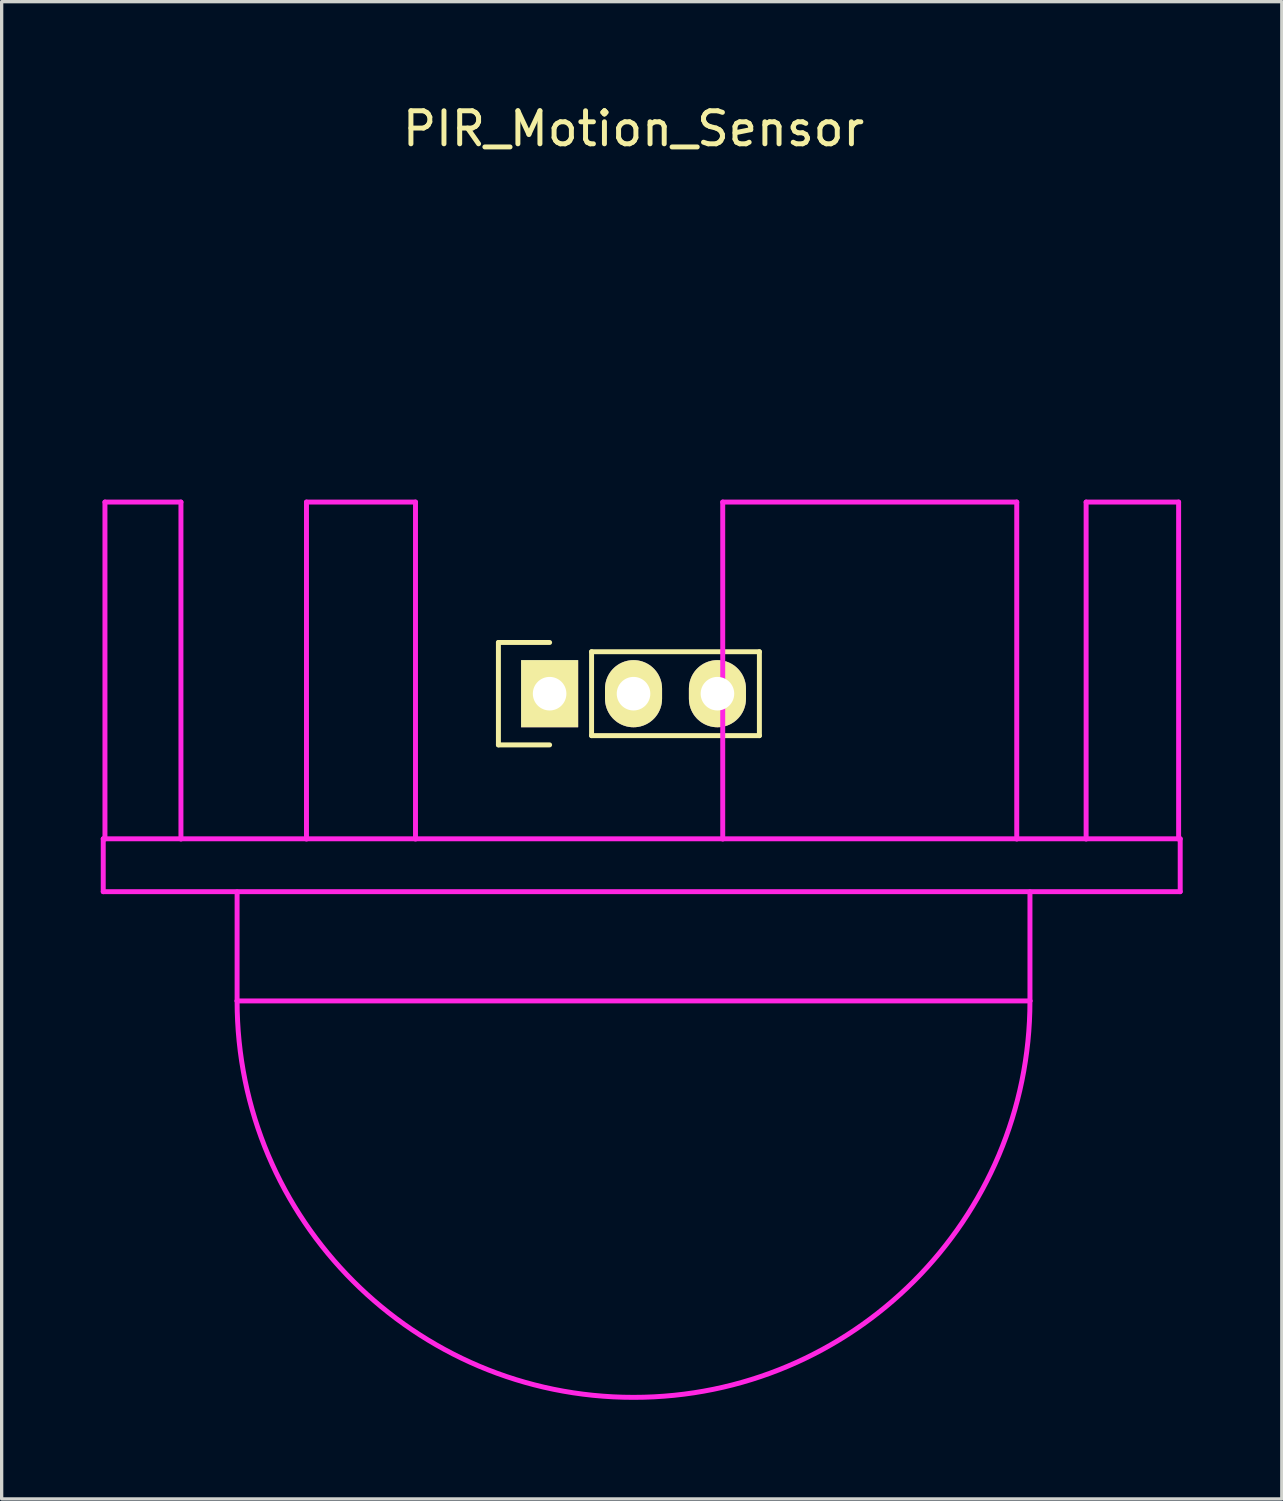
<source format=kicad_pcb>
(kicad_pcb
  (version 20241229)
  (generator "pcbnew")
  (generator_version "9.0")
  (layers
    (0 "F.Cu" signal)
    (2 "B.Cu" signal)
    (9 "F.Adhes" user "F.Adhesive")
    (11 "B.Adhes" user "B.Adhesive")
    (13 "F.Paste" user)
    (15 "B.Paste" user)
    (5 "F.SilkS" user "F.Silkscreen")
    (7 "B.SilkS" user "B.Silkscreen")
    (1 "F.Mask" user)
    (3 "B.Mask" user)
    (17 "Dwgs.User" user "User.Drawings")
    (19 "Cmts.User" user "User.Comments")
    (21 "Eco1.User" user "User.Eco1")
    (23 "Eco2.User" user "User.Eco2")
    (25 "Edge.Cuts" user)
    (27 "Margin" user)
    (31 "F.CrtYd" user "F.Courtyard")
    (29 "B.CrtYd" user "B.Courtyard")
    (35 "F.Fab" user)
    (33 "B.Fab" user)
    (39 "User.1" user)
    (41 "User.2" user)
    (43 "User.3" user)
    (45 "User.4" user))
  (footprint "PIR_Motion_Sensor"
    (layer "F.Cu")
    (at 16.127 17.948)
    (property "Reference" "PIR_Motion_Sensor" (at 0 -17.1 0) (layer "F.SilkS") (effects (font (size 1 1) (thickness 0.15))))
    (attr through_hole)
    (fp_line (start -4.09 -1.55) (end -2.54 -1.55) (stroke (width 0.15) (type solid)) (layer "F.SilkS"))
    (fp_line (start -4.09 1.55) (end -4.09 -1.55) (stroke (width 0.15) (type solid)) (layer "F.SilkS"))
    (fp_line (start -2.54 1.55) (end -4.09 1.55) (stroke (width 0.15) (type solid)) (layer "F.SilkS"))
    (fp_line (start -1.27 -1.27) (end -1.27 1.27) (stroke (width 0.15) (type solid)) (layer "F.SilkS"))
    (fp_line (start -1.27 1.27) (end 3.81 1.27) (stroke (width 0.15) (type solid)) (layer "F.SilkS"))
    (fp_line (start 3.81 -1.27) (end -1.27 -1.27) (stroke (width 0.15) (type solid)) (layer "F.SilkS"))
    (fp_line (start 3.81 1.27) (end 3.81 -1.27) (stroke (width 0.15) (type solid)) (layer "F.SilkS"))
    (fp_line (start -16.052 4.393) (end 16.548 4.393) (stroke (width 0.15) (type solid)) (layer "F.CrtYd"))
    (fp_line (start -16.052 5.993) (end -16.052 4.393) (stroke (width 0.15) (type solid)) (layer "F.CrtYd"))
    (fp_line (start -16 -5.8) (end -13.7 -5.8) (stroke (width 0.15) (type solid)) (layer "F.CrtYd"))
    (fp_line (start -16 4.4) (end -16 -5.8) (stroke (width 0.15) (type solid)) (layer "F.CrtYd"))
    (fp_line (start -13.7 -5.8) (end -13.7 4.4) (stroke (width 0.15) (type solid)) (layer "F.CrtYd"))
    (fp_line (start -12 6) (end -12 9.3) (stroke (width 0.15) (type solid)) (layer "F.CrtYd"))
    (fp_line (start -12 9.3) (end 12 9.3) (stroke (width 0.15) (type solid)) (layer "F.CrtYd"))
    (fp_line (start -9.9 -5.8) (end -6.6 -5.8) (stroke (width 0.15) (type solid)) (layer "F.CrtYd"))
    (fp_line (start -9.9 4.4) (end -9.9 -5.8) (stroke (width 0.15) (type solid)) (layer "F.CrtYd"))
    (fp_line (start -6.6 -5.8) (end -6.6 4.4) (stroke (width 0.15) (type solid)) (layer "F.CrtYd"))
    (fp_line (start 2.7 -5.8) (end 2.7 4.4) (stroke (width 0.15) (type solid)) (layer "F.CrtYd"))
    (fp_line (start 11.6 -5.8) (end 2.7 -5.8) (stroke (width 0.15) (type solid)) (layer "F.CrtYd"))
    (fp_line (start 11.6 4.4) (end 11.6 -5.8) (stroke (width 0.15) (type solid)) (layer "F.CrtYd"))
    (fp_line (start 12 9.3) (end 12 6) (stroke (width 0.15) (type solid)) (layer "F.CrtYd"))
    (fp_line (start 13.7 -5.8) (end 13.7 4.4) (stroke (width 0.15) (type solid)) (layer "F.CrtYd"))
    (fp_line (start 16.5 -5.8) (end 13.7 -5.8) (stroke (width 0.15) (type solid)) (layer "F.CrtYd"))
    (fp_line (start 16.5 4.4) (end 16.5 -5.8) (stroke (width 0.15) (type solid)) (layer "F.CrtYd"))
    (fp_line (start 16.548 4.393) (end 16.548 5.993) (stroke (width 0.15) (type solid)) (layer "F.CrtYd"))
    (fp_line (start 16.548 5.993) (end -16.052 5.993) (stroke (width 0.15) (type solid)) (layer "F.CrtYd"))
    (fp_arc (start 12 9.3) (mid 0 21.3) (end -12 9.3) (stroke (width 0.15) (type solid)) (layer "F.CrtYd"))
    (pad "1" thru_hole rect (at -2.54 0 90) (size 2.032 1.727) (drill 1.016) (layers "*.Cu" "*.Mask" "F.SilkS"))
    (pad "2" thru_hole oval (at 0 0 90) (size 2.032 1.727) (drill 1.016) (layers "*.Cu" "*.Mask" "F.SilkS"))
    (pad "3" thru_hole oval (at 2.54 0 90) (size 2.032 1.727) (drill 1.016) (layers "*.Cu" "*.Mask" "F.SilkS")))
  (gr_rect
    (start -3 -3)
    (end 35.75 42.323)
    (stroke (width 0.1) (type default))
    (fill no)
    (layer "Edge.Cuts")))
</source>
